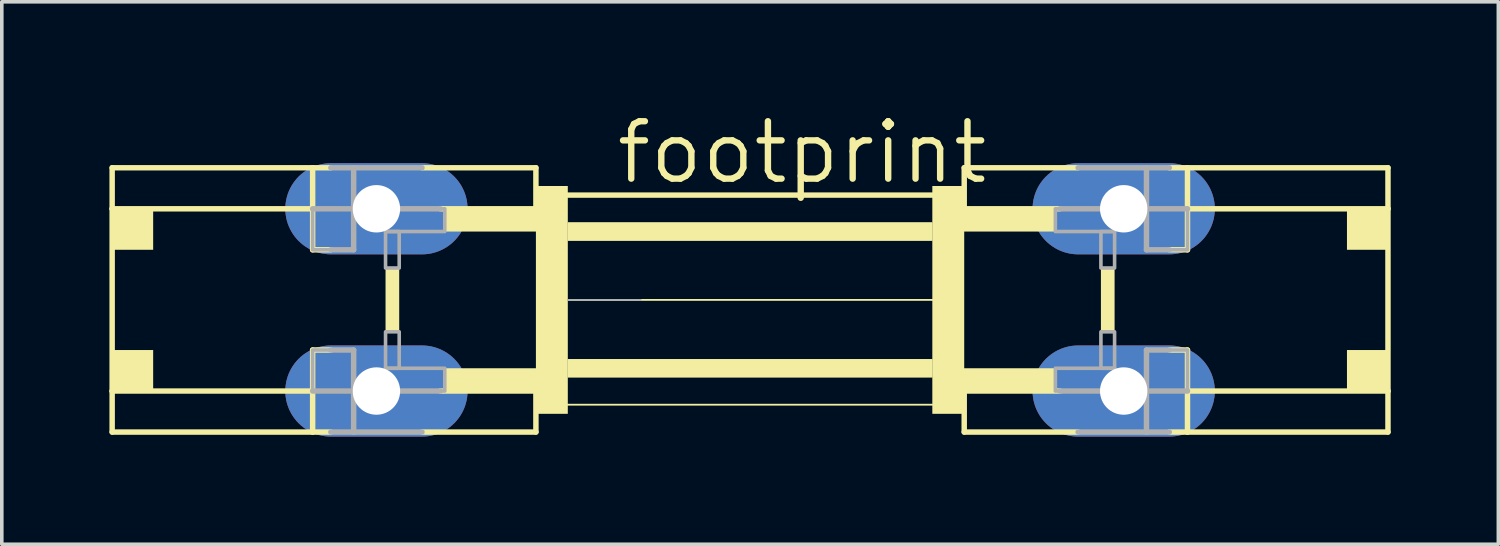
<source format=kicad_pcb>
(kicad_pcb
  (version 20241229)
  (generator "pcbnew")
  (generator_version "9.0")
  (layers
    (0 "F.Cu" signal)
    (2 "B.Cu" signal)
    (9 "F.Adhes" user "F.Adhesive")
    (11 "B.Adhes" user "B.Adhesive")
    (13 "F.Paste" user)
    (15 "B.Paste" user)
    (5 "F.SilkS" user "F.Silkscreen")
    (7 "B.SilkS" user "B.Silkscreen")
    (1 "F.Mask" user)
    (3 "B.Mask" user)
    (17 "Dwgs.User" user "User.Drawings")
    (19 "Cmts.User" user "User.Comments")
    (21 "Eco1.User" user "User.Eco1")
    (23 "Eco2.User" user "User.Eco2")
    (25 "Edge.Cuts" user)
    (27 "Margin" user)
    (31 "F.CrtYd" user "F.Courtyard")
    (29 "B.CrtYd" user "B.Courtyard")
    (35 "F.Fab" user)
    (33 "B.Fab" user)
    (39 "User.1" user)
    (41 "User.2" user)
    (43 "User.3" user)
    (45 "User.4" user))
  (footprint "footprint"
    (layer "F.Cu")
    (at 17.856 5.309)
    (property "Reference" "footprint" (at -3.81 -3.175 0) (layer "F.SilkS") (effects (font (size 1.6 1.6) (thickness 0.178)) (justify left bottom)))
    (fp_line (start -17.78 -3.683) (end -12.192 -3.683) (stroke (width 0.152) (type solid)) (layer "F.SilkS"))
    (fp_line (start -17.78 -2.54) (end -17.78 -3.683) (stroke (width 0.152) (type solid)) (layer "F.SilkS"))
    (fp_line (start -17.78 2.54) (end -17.78 -2.54) (stroke (width 0.152) (type solid)) (layer "F.SilkS"))
    (fp_line (start -17.78 2.54) (end -12.192 2.54) (stroke (width 0.152) (type solid)) (layer "F.SilkS"))
    (fp_line (start -17.78 3.683) (end -17.78 2.54) (stroke (width 0.152) (type solid)) (layer "F.SilkS"))
    (fp_line (start -17.78 3.683) (end -12.192 3.683) (stroke (width 0.152) (type solid)) (layer "F.SilkS"))
    (fp_line (start -12.192 -3.683) (end -11.684 -3.683) (stroke (width 0.152) (type solid)) (layer "F.SilkS"))
    (fp_line (start -12.192 -2.54) (end -17.78 -2.54) (stroke (width 0.152) (type solid)) (layer "F.SilkS"))
    (fp_line (start -12.192 -1.397) (end -12.192 -3.683) (stroke (width 0.152) (type solid)) (layer "F.SilkS"))
    (fp_line (start -12.192 -1.397) (end -11.684 -1.397) (stroke (width 0.152) (type solid)) (layer "F.SilkS"))
    (fp_line (start -12.192 1.397) (end -12.192 3.683) (stroke (width 0.152) (type solid)) (layer "F.SilkS"))
    (fp_line (start -12.192 1.397) (end -11.684 1.397) (stroke (width 0.152) (type solid)) (layer "F.SilkS"))
    (fp_line (start -12.192 3.683) (end -11.684 3.683) (stroke (width 0.152) (type solid)) (layer "F.SilkS"))
    (fp_line (start -9.144 -3.683) (end -5.969 -3.683) (stroke (width 0.152) (type solid)) (layer "F.SilkS"))
    (fp_line (start -8.636 -2.54) (end -5.969 -2.54) (stroke (width 0.152) (type solid)) (layer "F.SilkS"))
    (fp_line (start -8.636 2.54) (end -5.969 2.54) (stroke (width 0.152) (type solid)) (layer "F.SilkS"))
    (fp_line (start -5.969 -2.54) (end -5.969 -3.683) (stroke (width 0.152) (type solid)) (layer "F.SilkS"))
    (fp_line (start -5.969 3.683) (end -9.144 3.683) (stroke (width 0.152) (type solid)) (layer "F.SilkS"))
    (fp_line (start -5.969 3.683) (end -5.969 2.54) (stroke (width 0.152) (type solid)) (layer "F.SilkS"))
    (fp_line (start -5.08 -2.921) (end 5.08 -2.921) (stroke (width 0.152) (type solid)) (layer "F.SilkS"))
    (fp_line (start -5.08 0) (end 5.08 0) (stroke (width 0.051) (type solid)) (layer "F.SilkS"))
    (fp_line (start 5.08 2.921) (end -5.08 2.921) (stroke (width 0.051) (type solid)) (layer "F.SilkS"))
    (fp_line (start 5.969 -3.683) (end 5.969 -2.54) (stroke (width 0.152) (type solid)) (layer "F.SilkS"))
    (fp_line (start 5.969 -3.683) (end 9.144 -3.683) (stroke (width 0.152) (type solid)) (layer "F.SilkS"))
    (fp_line (start 5.969 2.54) (end 5.969 3.683) (stroke (width 0.152) (type solid)) (layer "F.SilkS"))
    (fp_line (start 8.636 -2.54) (end 5.969 -2.54) (stroke (width 0.152) (type solid)) (layer "F.SilkS"))
    (fp_line (start 8.636 2.54) (end 5.969 2.54) (stroke (width 0.152) (type solid)) (layer "F.SilkS"))
    (fp_line (start 9.144 3.683) (end 5.969 3.683) (stroke (width 0.152) (type solid)) (layer "F.SilkS"))
    (fp_line (start 12.192 -3.683) (end 11.684 -3.683) (stroke (width 0.152) (type solid)) (layer "F.SilkS"))
    (fp_line (start 12.192 -1.397) (end 11.684 -1.397) (stroke (width 0.152) (type solid)) (layer "F.SilkS"))
    (fp_line (start 12.192 -1.397) (end 12.192 -3.683) (stroke (width 0.152) (type solid)) (layer "F.SilkS"))
    (fp_line (start 12.192 1.397) (end 11.684 1.397) (stroke (width 0.152) (type solid)) (layer "F.SilkS"))
    (fp_line (start 12.192 1.397) (end 12.192 3.683) (stroke (width 0.152) (type solid)) (layer "F.SilkS"))
    (fp_line (start 12.192 2.54) (end 17.78 2.54) (stroke (width 0.152) (type solid)) (layer "F.SilkS"))
    (fp_line (start 12.192 3.683) (end 11.684 3.683) (stroke (width 0.152) (type solid)) (layer "F.SilkS"))
    (fp_line (start 17.78 -3.683) (end 12.192 -3.683) (stroke (width 0.152) (type solid)) (layer "F.SilkS"))
    (fp_line (start 17.78 -3.683) (end 17.78 -2.54) (stroke (width 0.152) (type solid)) (layer "F.SilkS"))
    (fp_line (start 17.78 -2.54) (end 12.192 -2.54) (stroke (width 0.152) (type solid)) (layer "F.SilkS"))
    (fp_line (start 17.78 -2.54) (end 17.78 2.54) (stroke (width 0.152) (type solid)) (layer "F.SilkS"))
    (fp_line (start 17.78 2.54) (end 17.78 3.683) (stroke (width 0.152) (type solid)) (layer "F.SilkS"))
    (fp_line (start 17.78 3.683) (end 12.192 3.683) (stroke (width 0.152) (type solid)) (layer "F.SilkS"))
    (fp_poly (pts (xy -17.78 -1.397) (xy -16.637 -1.397) (xy -16.637 -2.54) (xy -17.78 -2.54)) (stroke (width 0) (type solid)) (fill yes) (layer "F.SilkS"))
    (fp_poly (pts (xy -17.78 2.54) (xy -16.637 2.54) (xy -16.637 1.397) (xy -17.78 1.397)) (stroke (width 0) (type solid)) (fill yes) (layer "F.SilkS"))
    (fp_poly (pts (xy -10.16 0.889) (xy -9.779 0.889) (xy -9.779 -0.889) (xy -10.16 -0.889)) (stroke (width 0) (type solid)) (fill yes) (layer "F.SilkS"))
    (fp_poly (pts (xy -8.509 -1.905) (xy -5.715 -1.905) (xy -5.715 -2.54) (xy -8.509 -2.54)) (stroke (width 0) (type solid)) (fill yes) (layer "F.SilkS"))
    (fp_poly (pts (xy -8.509 2.54) (xy -5.715 2.54) (xy -5.715 1.905) (xy -8.509 1.905)) (stroke (width 0) (type solid)) (fill yes) (layer "F.SilkS"))
    (fp_poly (pts (xy -5.969 3.175) (xy -5.08 3.175) (xy -5.08 -3.175) (xy -5.969 -3.175)) (stroke (width 0) (type solid)) (fill yes) (layer "F.SilkS"))
    (fp_poly (pts (xy -5.08 -1.651) (xy 5.08 -1.651) (xy 5.08 -2.159) (xy -5.08 -2.159)) (stroke (width 0) (type solid)) (fill yes) (layer "F.SilkS"))
    (fp_poly (pts (xy -5.08 -1.651) (xy 5.08 -1.651) (xy 5.08 -2.159) (xy -5.08 -2.159)) (stroke (width 0) (type solid)) (fill yes) (layer "F.SilkS"))
    (fp_poly (pts (xy -5.08 2.159) (xy 5.08 2.159) (xy 5.08 1.651) (xy -5.08 1.651)) (stroke (width 0) (type solid)) (fill yes) (layer "F.SilkS"))
    (fp_poly (pts (xy -5.08 2.159) (xy 5.08 2.159) (xy 5.08 1.651) (xy -5.08 1.651)) (stroke (width 0) (type solid)) (fill yes) (layer "F.SilkS"))
    (fp_poly (pts (xy 5.08 3.175) (xy 5.969 3.175) (xy 5.969 -3.175) (xy 5.08 -3.175)) (stroke (width 0) (type solid)) (fill yes) (layer "F.SilkS"))
    (fp_poly (pts (xy 5.715 -1.905) (xy 8.509 -1.905) (xy 8.509 -2.54) (xy 5.715 -2.54)) (stroke (width 0) (type solid)) (fill yes) (layer "F.SilkS"))
    (fp_poly (pts (xy 5.715 2.54) (xy 8.509 2.54) (xy 8.509 1.905) (xy 5.715 1.905)) (stroke (width 0) (type solid)) (fill yes) (layer "F.SilkS"))
    (fp_poly (pts (xy 9.779 0.889) (xy 10.16 0.889) (xy 10.16 -0.889) (xy 9.779 -0.889)) (stroke (width 0) (type solid)) (fill yes) (layer "F.SilkS"))
    (fp_poly (pts (xy 16.637 -1.397) (xy 17.78 -1.397) (xy 17.78 -2.54) (xy 16.637 -2.54)) (stroke (width 0) (type solid)) (fill yes) (layer "F.SilkS"))
    (fp_poly (pts (xy 16.637 2.54) (xy 17.78 2.54) (xy 17.78 1.397) (xy 16.637 1.397)) (stroke (width 0) (type solid)) (fill yes) (layer "F.SilkS"))
    (fp_line (start -12.192 2.54) (end -11.049 2.54) (stroke (width 0.152) (type solid)) (layer "F.Fab"))
    (fp_line (start -11.684 -1.397) (end -11.049 -1.397) (stroke (width 0.152) (type solid)) (layer "F.Fab"))
    (fp_line (start -11.684 1.397) (end -11.049 1.397) (stroke (width 0.152) (type solid)) (layer "F.Fab"))
    (fp_line (start -11.049 -3.683) (end -11.684 -3.683) (stroke (width 0.152) (type solid)) (layer "F.Fab"))
    (fp_line (start -11.049 -2.54) (end -12.192 -2.54) (stroke (width 0.152) (type solid)) (layer "F.Fab"))
    (fp_line (start -11.049 -2.54) (end -11.049 -3.683) (stroke (width 0.152) (type solid)) (layer "F.Fab"))
    (fp_line (start -11.049 -2.54) (end -11.049 -1.397) (stroke (width 0.152) (type solid)) (layer "F.Fab"))
    (fp_line (start -11.049 2.54) (end -11.049 1.397) (stroke (width 0.152) (type solid)) (layer "F.Fab"))
    (fp_line (start -11.049 2.54) (end -11.049 3.683) (stroke (width 0.152) (type solid)) (layer "F.Fab"))
    (fp_line (start -11.049 2.54) (end -8.636 2.54) (stroke (width 0.152) (type solid)) (layer "F.Fab"))
    (fp_line (start -11.049 3.683) (end -11.684 3.683) (stroke (width 0.152) (type solid)) (layer "F.Fab"))
    (fp_line (start -9.144 -3.683) (end -11.049 -3.683) (stroke (width 0.152) (type solid)) (layer "F.Fab"))
    (fp_line (start -9.144 3.683) (end -11.049 3.683) (stroke (width 0.152) (type solid)) (layer "F.Fab"))
    (fp_line (start -8.636 -2.54) (end -11.049 -2.54) (stroke (width 0.152) (type solid)) (layer "F.Fab"))
    (fp_line (start -3.048 0) (end -5.08 0) (stroke (width 0.051) (type solid)) (layer "F.Fab"))
    (fp_line (start 8.636 2.54) (end 11.049 2.54) (stroke (width 0.152) (type solid)) (layer "F.Fab"))
    (fp_line (start 9.144 -3.683) (end 11.049 -3.683) (stroke (width 0.152) (type solid)) (layer "F.Fab"))
    (fp_line (start 9.144 3.683) (end 11.049 3.683) (stroke (width 0.152) (type solid)) (layer "F.Fab"))
    (fp_line (start 11.049 -3.683) (end 11.684 -3.683) (stroke (width 0.152) (type solid)) (layer "F.Fab"))
    (fp_line (start 11.049 -2.54) (end 8.636 -2.54) (stroke (width 0.152) (type solid)) (layer "F.Fab"))
    (fp_line (start 11.049 -2.54) (end 11.049 -3.683) (stroke (width 0.152) (type solid)) (layer "F.Fab"))
    (fp_line (start 11.049 -2.54) (end 11.049 -1.397) (stroke (width 0.152) (type solid)) (layer "F.Fab"))
    (fp_line (start 11.049 2.54) (end 11.049 1.397) (stroke (width 0.152) (type solid)) (layer "F.Fab"))
    (fp_line (start 11.049 2.54) (end 11.049 3.683) (stroke (width 0.152) (type solid)) (layer "F.Fab"))
    (fp_line (start 11.049 2.54) (end 12.192 2.54) (stroke (width 0.152) (type solid)) (layer "F.Fab"))
    (fp_line (start 11.049 3.683) (end 11.684 3.683) (stroke (width 0.152) (type solid)) (layer "F.Fab"))
    (fp_line (start 11.684 -1.397) (end 11.049 -1.397) (stroke (width 0.152) (type solid)) (layer "F.Fab"))
    (fp_line (start 11.684 1.397) (end 11.049 1.397) (stroke (width 0.152) (type solid)) (layer "F.Fab"))
    (fp_line (start 12.192 -2.54) (end 11.049 -2.54) (stroke (width 0.152) (type solid)) (layer "F.Fab"))
    (fp_poly (pts (xy -12.192 -1.397) (xy -11.049 -1.397) (xy -11.049 -2.54) (xy -12.192 -2.54)) (stroke (width 0.1) (type solid)) (fill no) (layer "F.Fab"))
    (fp_poly (pts (xy -12.192 2.54) (xy -11.049 2.54) (xy -11.049 1.397) (xy -12.192 1.397)) (stroke (width 0.1) (type solid)) (fill no) (layer "F.Fab"))
    (fp_poly (pts (xy -10.16 -1.905) (xy -8.509 -1.905) (xy -8.509 -2.54) (xy -10.16 -2.54)) (stroke (width 0.1) (type solid)) (fill no) (layer "F.Fab"))
    (fp_poly (pts (xy -10.16 -0.889) (xy -9.779 -0.889) (xy -9.779 -1.905) (xy -10.16 -1.905)) (stroke (width 0.1) (type solid)) (fill no) (layer "F.Fab"))
    (fp_poly (pts (xy -10.16 1.905) (xy -9.779 1.905) (xy -9.779 0.889) (xy -10.16 0.889)) (stroke (width 0.1) (type solid)) (fill no) (layer "F.Fab"))
    (fp_poly (pts (xy -10.16 2.54) (xy -8.509 2.54) (xy -8.509 1.905) (xy -10.16 1.905)) (stroke (width 0.1) (type solid)) (fill no) (layer "F.Fab"))
    (fp_poly (pts (xy 8.509 -1.905) (xy 10.16 -1.905) (xy 10.16 -2.54) (xy 8.509 -2.54)) (stroke (width 0.1) (type solid)) (fill no) (layer "F.Fab"))
    (fp_poly (pts (xy 8.509 2.54) (xy 10.16 2.54) (xy 10.16 1.905) (xy 8.509 1.905)) (stroke (width 0.1) (type solid)) (fill no) (layer "F.Fab"))
    (fp_poly (pts (xy 9.779 -0.889) (xy 10.16 -0.889) (xy 10.16 -1.905) (xy 9.779 -1.905)) (stroke (width 0.1) (type solid)) (fill no) (layer "F.Fab"))
    (fp_poly (pts (xy 9.779 1.905) (xy 10.16 1.905) (xy 10.16 0.889) (xy 9.779 0.889)) (stroke (width 0.1) (type solid)) (fill no) (layer "F.Fab"))
    (fp_poly (pts (xy 11.049 -1.397) (xy 12.192 -1.397) (xy 12.192 -2.54) (xy 11.049 -2.54)) (stroke (width 0.1) (type solid)) (fill no) (layer "F.Fab"))
    (fp_poly (pts (xy 11.049 2.54) (xy 12.192 2.54) (xy 12.192 1.397) (xy 11.049 1.397)) (stroke (width 0.1) (type solid)) (fill no) (layer "F.Fab"))
    (pad "1A" thru_hole oval (at -10.414 -2.54) (size 5.08 2.54) (drill 1.321) (layers "*.Cu" "*.Mask"))
    (pad "1B" thru_hole oval (at -10.414 2.54) (size 5.08 2.54) (drill 1.321) (layers "*.Cu" "*.Mask"))
    (pad "2A" thru_hole oval (at 10.414 -2.54) (size 5.08 2.54) (drill 1.321) (layers "*.Cu" "*.Mask"))
    (pad "2B" thru_hole oval (at 10.414 2.54) (size 5.08 2.54) (drill 1.321) (layers "*.Cu" "*.Mask")))
  (gr_rect
    (start -3 -3)
    (end 38.712 12.119)
    (stroke (width 0.1) (type default))
    (fill no)
    (layer "Edge.Cuts")))
</source>
